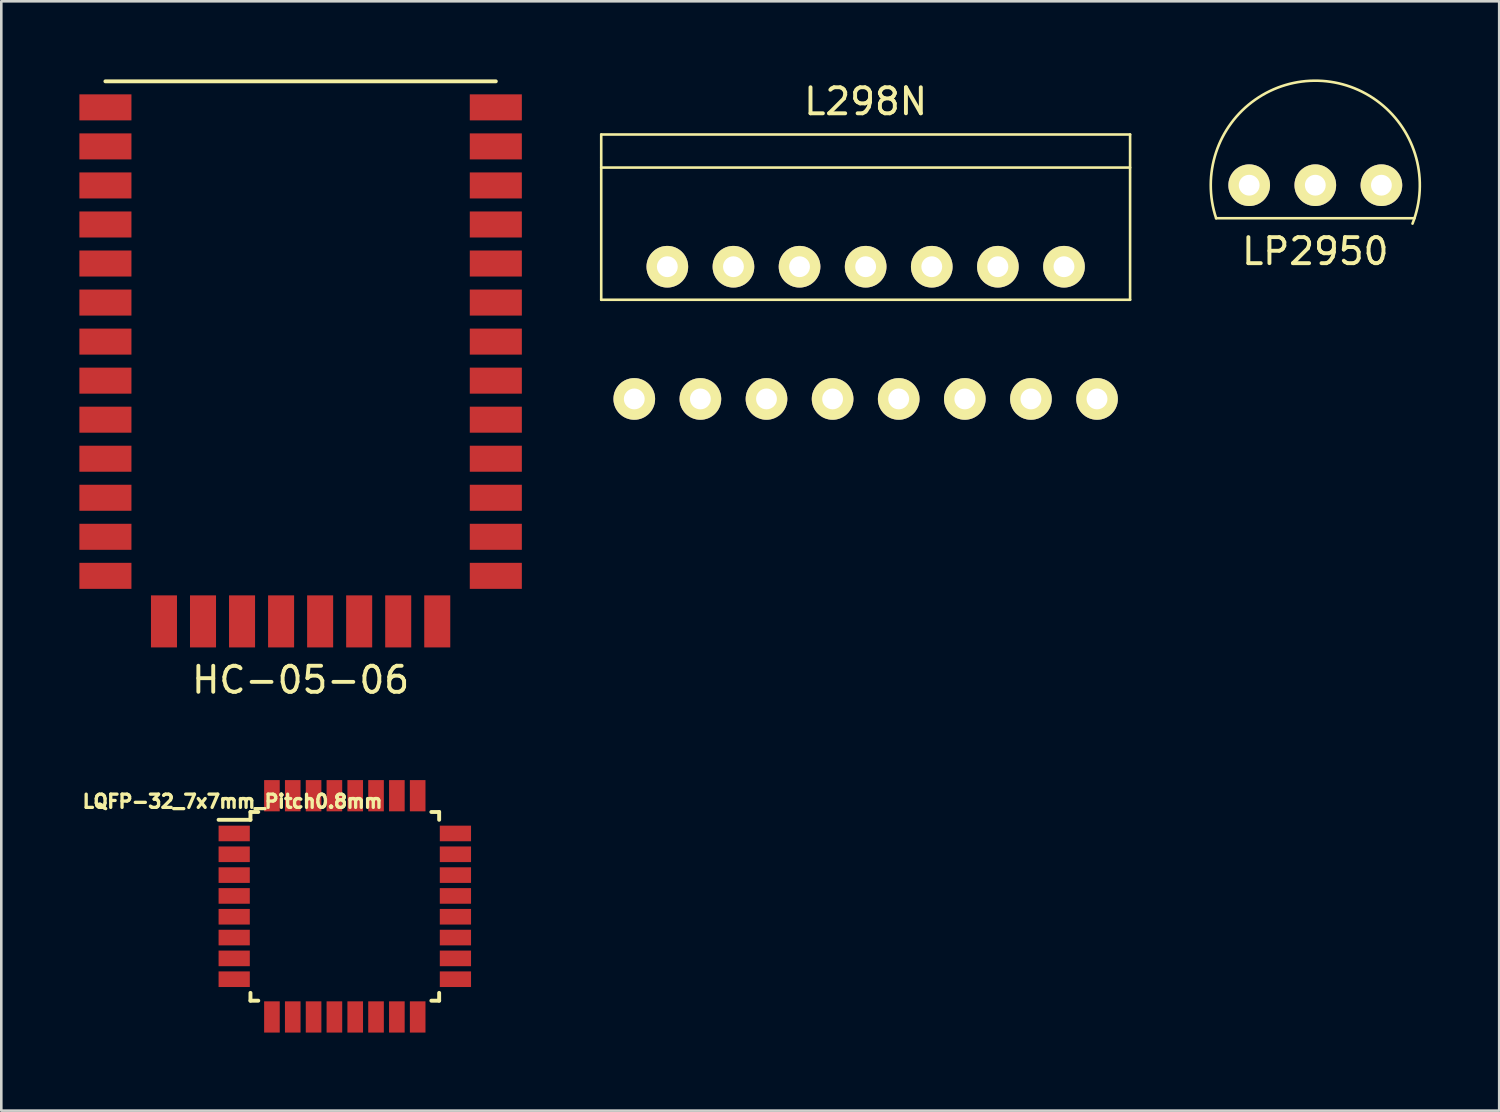
<source format=kicad_pcb>
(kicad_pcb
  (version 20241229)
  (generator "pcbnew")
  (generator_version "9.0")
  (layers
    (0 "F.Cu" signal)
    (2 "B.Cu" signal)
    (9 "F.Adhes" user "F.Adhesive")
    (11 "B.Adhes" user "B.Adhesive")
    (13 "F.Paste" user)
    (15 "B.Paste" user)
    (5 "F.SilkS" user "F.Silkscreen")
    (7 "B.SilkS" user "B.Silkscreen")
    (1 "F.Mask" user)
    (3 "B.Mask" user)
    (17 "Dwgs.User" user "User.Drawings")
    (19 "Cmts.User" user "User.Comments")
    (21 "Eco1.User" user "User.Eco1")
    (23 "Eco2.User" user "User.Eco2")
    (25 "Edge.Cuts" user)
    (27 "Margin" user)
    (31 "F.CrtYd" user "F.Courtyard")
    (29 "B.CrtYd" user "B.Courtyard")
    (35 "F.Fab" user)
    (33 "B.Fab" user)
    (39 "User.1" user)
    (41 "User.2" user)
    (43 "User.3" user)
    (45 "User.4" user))
  (footprint "HC-05-06"
    (layer "F.Cu")
    (at 8.5 19.075)
    (property "Reference" "HC-05-06" (at 0 4 0) (layer "F.SilkS") (effects (font (size 1 1) (thickness 0.15))))
    (attr through_hole)
    (fp_line (start -7.5 -19) (end 7.5 -19) (stroke (width 0.15) (type solid)) (layer "F.SilkS"))
    (pad "1" smd rect (at -7.5 -18) (size 2 1) (layers "F.Cu" "F.Mask" "F.Paste"))
    (pad "2" smd rect (at -7.5 -16.5) (size 2 1) (layers "F.Cu" "F.Mask" "F.Paste"))
    (pad "3" smd rect (at -7.5 -15) (size 2 1) (layers "F.Cu" "F.Mask" "F.Paste"))
    (pad "4" smd rect (at -7.5 -13.5) (size 2 1) (layers "F.Cu" "F.Mask" "F.Paste"))
    (pad "5" smd rect (at -7.5 -12) (size 2 1) (layers "F.Cu" "F.Mask" "F.Paste"))
    (pad "6" smd rect (at -7.5 -10.5) (size 2 1) (layers "F.Cu" "F.Mask" "F.Paste"))
    (pad "7" smd rect (at -7.5 -9) (size 2 1) (layers "F.Cu" "F.Mask" "F.Paste"))
    (pad "8" smd rect (at -7.5 -7.5) (size 2 1) (layers "F.Cu" "F.Mask" "F.Paste"))
    (pad "9" smd rect (at -7.5 -6) (size 2 1) (layers "F.Cu" "F.Mask" "F.Paste"))
    (pad "10" smd rect (at -7.5 -4.5) (size 2 1) (layers "F.Cu" "F.Mask" "F.Paste"))
    (pad "11" smd rect (at -7.5 -3) (size 2 1) (layers "F.Cu" "F.Mask" "F.Paste"))
    (pad "12" smd rect (at -7.5 -1.5) (size 2 1) (layers "F.Cu" "F.Mask" "F.Paste"))
    (pad "13" smd rect (at -7.5 0) (size 2 1) (layers "F.Cu" "F.Mask" "F.Paste"))
    (pad "14" smd rect (at -5.25 1.75) (size 1 2) (layers "F.Cu" "F.Mask" "F.Paste"))
    (pad "15" smd rect (at -3.75 1.75) (size 1 2) (layers "F.Cu" "F.Mask" "F.Paste"))
    (pad "16" smd rect (at -2.25 1.75) (size 1 2) (layers "F.Cu" "F.Mask" "F.Paste"))
    (pad "17" smd rect (at -0.75 1.75) (size 1 2) (layers "F.Cu" "F.Mask" "F.Paste"))
    (pad "18" smd rect (at 0.75 1.75) (size 1 2) (layers "F.Cu" "F.Mask" "F.Paste"))
    (pad "19" smd rect (at 2.25 1.75) (size 1 2) (layers "F.Cu" "F.Mask" "F.Paste"))
    (pad "20" smd rect (at 3.75 1.75) (size 1 2) (layers "F.Cu" "F.Mask" "F.Paste"))
    (pad "21" smd rect (at 5.25 1.75) (size 1 2) (layers "F.Cu" "F.Mask" "F.Paste"))
    (pad "22" smd rect (at 7.5 0) (size 2 1) (layers "F.Cu" "F.Mask" "F.Paste"))
    (pad "23" smd rect (at 7.5 -1.5) (size 2 1) (layers "F.Cu" "F.Mask" "F.Paste"))
    (pad "24" smd rect (at 7.5 -3) (size 2 1) (layers "F.Cu" "F.Mask" "F.Paste"))
    (pad "25" smd rect (at 7.5 -4.5) (size 2 1) (layers "F.Cu" "F.Mask" "F.Paste"))
    (pad "26" smd rect (at 7.5 -6) (size 2 1) (layers "F.Cu" "F.Mask" "F.Paste"))
    (pad "27" smd rect (at 7.5 -7.5) (size 2 1) (layers "F.Cu" "F.Mask" "F.Paste"))
    (pad "28" smd rect (at 7.5 -9) (size 2 1) (layers "F.Cu" "F.Mask" "F.Paste"))
    (pad "29" smd rect (at 7.5 -10.5) (size 2 1) (layers "F.Cu" "F.Mask" "F.Paste"))
    (pad "30" smd rect (at 7.5 -12) (size 2 1) (layers "F.Cu" "F.Mask" "F.Paste"))
    (pad "31" smd rect (at 7.5 -13.5) (size 2 1) (layers "F.Cu" "F.Mask" "F.Paste"))
    (pad "32" smd rect (at 7.5 -15) (size 2 1) (layers "F.Cu" "F.Mask" "F.Paste"))
    (pad "33" smd rect (at 7.5 -16.5) (size 2 1) (layers "F.Cu" "F.Mask" "F.Paste"))
    (pad "34" smd rect (at 7.5 -18) (size 2 1) (layers "F.Cu" "F.Mask" "F.Paste")))
  (footprint "LP2950"
    (layer "F.Cu")
    (at 47.486 4.066)
    (property "Reference" "LP2950" (at 0 2.54 0) (layer "F.SilkS") (effects (font (size 1 1) (thickness 0.15))))
    (attr through_hole)
    (fp_line (start -3.81 1.27) (end 3.81 1.27) (stroke (width 0.1) (type solid)) (layer "F.SilkS"))
    (fp_arc (start -3.81 1.27) (mid 0.109687 -4.014594) (end 3.73497 1.476144) (stroke (width 0.1) (type solid)) (layer "F.SilkS"))
    (pad "1" thru_hole circle (at 2.54 0) (size 1.6 1.6) (drill 0.8) (layers "*.Cu" "*.Mask" "F.SilkS"))
    (pad "2" thru_hole circle (at 0 0) (size 1.6 1.6) (drill 0.8) (layers "*.Cu" "*.Mask" "F.SilkS"))
    (pad "3" thru_hole circle (at -2.54 0) (size 1.6 1.6) (drill 0.8) (layers "*.Cu" "*.Mask" "F.SilkS")))
  (footprint "LQFP-32_7x7mm_Pitch0.8mm"
    (layer "F.Cu")
    (at 10.198 31.773)
    (property "Reference" "LQFP-32_7x7mm_Pitch0.8mm" (at -4.313 -4.031 0) (layer "F.SilkS") (effects (font (size 0.508 0.508) (thickness 0.127))))
    (attr smd)
    (fp_line (start -3.625 -3.625) (end -3.625 -3.325) (stroke (width 0.15) (type solid)) (layer "F.SilkS"))
    (fp_line (start -3.625 -3.625) (end -3.325 -3.625) (stroke (width 0.15) (type solid)) (layer "F.SilkS"))
    (fp_line (start -3.625 -3.325) (end -4.85 -3.325) (stroke (width 0.15) (type solid)) (layer "F.SilkS"))
    (fp_line (start -3.625 3.625) (end -3.625 3.325) (stroke (width 0.15) (type solid)) (layer "F.SilkS"))
    (fp_line (start -3.625 3.625) (end -3.325 3.625) (stroke (width 0.15) (type solid)) (layer "F.SilkS"))
    (fp_line (start 3.625 -3.625) (end 3.325 -3.625) (stroke (width 0.15) (type solid)) (layer "F.SilkS"))
    (fp_line (start 3.625 -3.625) (end 3.625 -3.325) (stroke (width 0.15) (type solid)) (layer "F.SilkS"))
    (fp_line (start 3.625 3.625) (end 3.325 3.625) (stroke (width 0.15) (type solid)) (layer "F.SilkS"))
    (fp_line (start 3.625 3.625) (end 3.625 3.325) (stroke (width 0.15) (type solid)) (layer "F.SilkS"))
    (pad "1" smd rect (at -4.25 -2.8) (size 1.2 0.6) (layers "F.Cu" "F.Mask" "F.Paste"))
    (pad "2" smd rect (at -4.25 -2) (size 1.2 0.6) (layers "F.Cu" "F.Mask" "F.Paste"))
    (pad "3" smd rect (at -4.25 -1.2) (size 1.2 0.6) (layers "F.Cu" "F.Mask" "F.Paste"))
    (pad "4" smd rect (at -4.25 -0.4) (size 1.2 0.6) (layers "F.Cu" "F.Mask" "F.Paste"))
    (pad "5" smd rect (at -4.25 0.4) (size 1.2 0.6) (layers "F.Cu" "F.Mask" "F.Paste"))
    (pad "6" smd rect (at -4.25 1.2) (size 1.2 0.6) (layers "F.Cu" "F.Mask" "F.Paste"))
    (pad "7" smd rect (at -4.25 2) (size 1.2 0.6) (layers "F.Cu" "F.Mask" "F.Paste"))
    (pad "8" smd rect (at -4.25 2.8) (size 1.2 0.6) (layers "F.Cu" "F.Mask" "F.Paste"))
    (pad "9" smd rect (at -2.8 4.25 90) (size 1.2 0.6) (layers "F.Cu" "F.Mask" "F.Paste"))
    (pad "10" smd rect (at -2 4.25 90) (size 1.2 0.6) (layers "F.Cu" "F.Mask" "F.Paste"))
    (pad "11" smd rect (at -1.2 4.25 90) (size 1.2 0.6) (layers "F.Cu" "F.Mask" "F.Paste"))
    (pad "12" smd rect (at -0.4 4.25 90) (size 1.2 0.6) (layers "F.Cu" "F.Mask" "F.Paste"))
    (pad "13" smd rect (at 0.4 4.25 90) (size 1.2 0.6) (layers "F.Cu" "F.Mask" "F.Paste"))
    (pad "14" smd rect (at 1.2 4.25 90) (size 1.2 0.6) (layers "F.Cu" "F.Mask" "F.Paste"))
    (pad "15" smd rect (at 2 4.25 90) (size 1.2 0.6) (layers "F.Cu" "F.Mask" "F.Paste"))
    (pad "16" smd rect (at 2.8 4.25 90) (size 1.2 0.6) (layers "F.Cu" "F.Mask" "F.Paste"))
    (pad "17" smd rect (at 4.25 2.8) (size 1.2 0.6) (layers "F.Cu" "F.Mask" "F.Paste"))
    (pad "18" smd rect (at 4.25 2) (size 1.2 0.6) (layers "F.Cu" "F.Mask" "F.Paste"))
    (pad "19" smd rect (at 4.25 1.2) (size 1.2 0.6) (layers "F.Cu" "F.Mask" "F.Paste"))
    (pad "20" smd rect (at 4.25 0.4) (size 1.2 0.6) (layers "F.Cu" "F.Mask" "F.Paste"))
    (pad "21" smd rect (at 4.25 -0.4) (size 1.2 0.6) (layers "F.Cu" "F.Mask" "F.Paste"))
    (pad "22" smd rect (at 4.25 -1.2) (size 1.2 0.6) (layers "F.Cu" "F.Mask" "F.Paste"))
    (pad "23" smd rect (at 4.25 -2) (size 1.2 0.6) (layers "F.Cu" "F.Mask" "F.Paste"))
    (pad "24" smd rect (at 4.25 -2.8) (size 1.2 0.6) (layers "F.Cu" "F.Mask" "F.Paste"))
    (pad "25" smd rect (at 2.8 -4.25 90) (size 1.2 0.6) (layers "F.Cu" "F.Mask" "F.Paste"))
    (pad "26" smd rect (at 2 -4.25 90) (size 1.2 0.6) (layers "F.Cu" "F.Mask" "F.Paste"))
    (pad "27" smd rect (at 1.2 -4.25 90) (size 1.2 0.6) (layers "F.Cu" "F.Mask" "F.Paste"))
    (pad "28" smd rect (at 0.4 -4.25 90) (size 1.2 0.6) (layers "F.Cu" "F.Mask" "F.Paste"))
    (pad "29" smd rect (at -0.4 -4.25 90) (size 1.2 0.6) (layers "F.Cu" "F.Mask" "F.Paste"))
    (pad "30" smd rect (at -1.2 -4.25 90) (size 1.2 0.6) (layers "F.Cu" "F.Mask" "F.Paste"))
    (pad "31" smd rect (at -2 -4.25 90) (size 1.2 0.6) (layers "F.Cu" "F.Mask" "F.Paste"))
    (pad "32" smd rect (at -2.8 -4.25 90) (size 1.2 0.6) (layers "F.Cu" "F.Mask" "F.Paste")))
  (footprint "L298N"
    (layer "F.Cu")
    (at 30.21 9.738)
    (property "Reference" "L298N" (at 0 -8.89 0) (layer "F.SilkS") (effects (font (size 1 1) (thickness 0.15))))
    (attr through_hole)
    (fp_line (start -10.16 -7.62) (end 10.16 -7.62) (stroke (width 0.1) (type solid)) (layer "F.SilkS"))
    (fp_line (start -10.16 -6.35) (end 10.16 -6.35) (stroke (width 0.1) (type solid)) (layer "F.SilkS"))
    (fp_line (start -10.16 -1.27) (end -10.16 -7.62) (stroke (width 0.1) (type solid)) (layer "F.SilkS"))
    (fp_line (start 10.16 -7.62) (end 10.16 -1.27) (stroke (width 0.1) (type solid)) (layer "F.SilkS"))
    (fp_line (start 10.16 -1.27) (end -10.16 -1.27) (stroke (width 0.1) (type solid)) (layer "F.SilkS"))
    (pad "1" thru_hole circle (at -8.89 2.54) (size 1.6 1.6) (drill 0.8) (layers "*.Cu" "*.Mask" "F.SilkS"))
    (pad "2" thru_hole circle (at -7.62 -2.54) (size 1.6 1.6) (drill 0.8) (layers "*.Cu" "*.Mask" "F.SilkS"))
    (pad "3" thru_hole circle (at -6.35 2.54) (size 1.6 1.6) (drill 0.8) (layers "*.Cu" "*.Mask" "F.SilkS"))
    (pad "4" thru_hole circle (at -5.08 -2.54) (size 1.6 1.6) (drill 0.8) (layers "*.Cu" "*.Mask" "F.SilkS"))
    (pad "5" thru_hole circle (at -3.81 2.54) (size 1.6 1.6) (drill 0.8) (layers "*.Cu" "*.Mask" "F.SilkS"))
    (pad "6" thru_hole circle (at -2.54 -2.54) (size 1.6 1.6) (drill 0.8) (layers "*.Cu" "*.Mask" "F.SilkS"))
    (pad "7" thru_hole circle (at -1.27 2.54) (size 1.6 1.6) (drill 0.8) (layers "*.Cu" "*.Mask" "F.SilkS"))
    (pad "8" thru_hole circle (at 0 -2.54) (size 1.6 1.6) (drill 0.8) (layers "*.Cu" "*.Mask" "F.SilkS"))
    (pad "9" thru_hole circle (at 1.27 2.54) (size 1.6 1.6) (drill 0.8) (layers "*.Cu" "*.Mask" "F.SilkS"))
    (pad "10" thru_hole circle (at 2.54 -2.54) (size 1.6 1.6) (drill 0.8) (layers "*.Cu" "*.Mask" "F.SilkS"))
    (pad "11" thru_hole circle (at 3.81 2.54) (size 1.6 1.6) (drill 0.8) (layers "*.Cu" "*.Mask" "F.SilkS"))
    (pad "12" thru_hole circle (at 5.08 -2.54) (size 1.6 1.6) (drill 0.8) (layers "*.Cu" "*.Mask" "F.SilkS"))
    (pad "13" thru_hole circle (at 6.35 2.54) (size 1.6 1.6) (drill 0.8) (layers "*.Cu" "*.Mask" "F.SilkS"))
    (pad "14" thru_hole circle (at 7.62 -2.54) (size 1.6 1.6) (drill 0.8) (layers "*.Cu" "*.Mask" "F.SilkS"))
    (pad "15" thru_hole circle (at 8.89 2.54) (size 1.6 1.6) (drill 0.8) (layers "*.Cu" "*.Mask" "F.SilkS")))
  (gr_rect
    (start -3 -3)
    (end 54.552 39.623)
    (stroke (width 0.1) (type default))
    (fill no)
    (layer "Edge.Cuts")))
</source>
